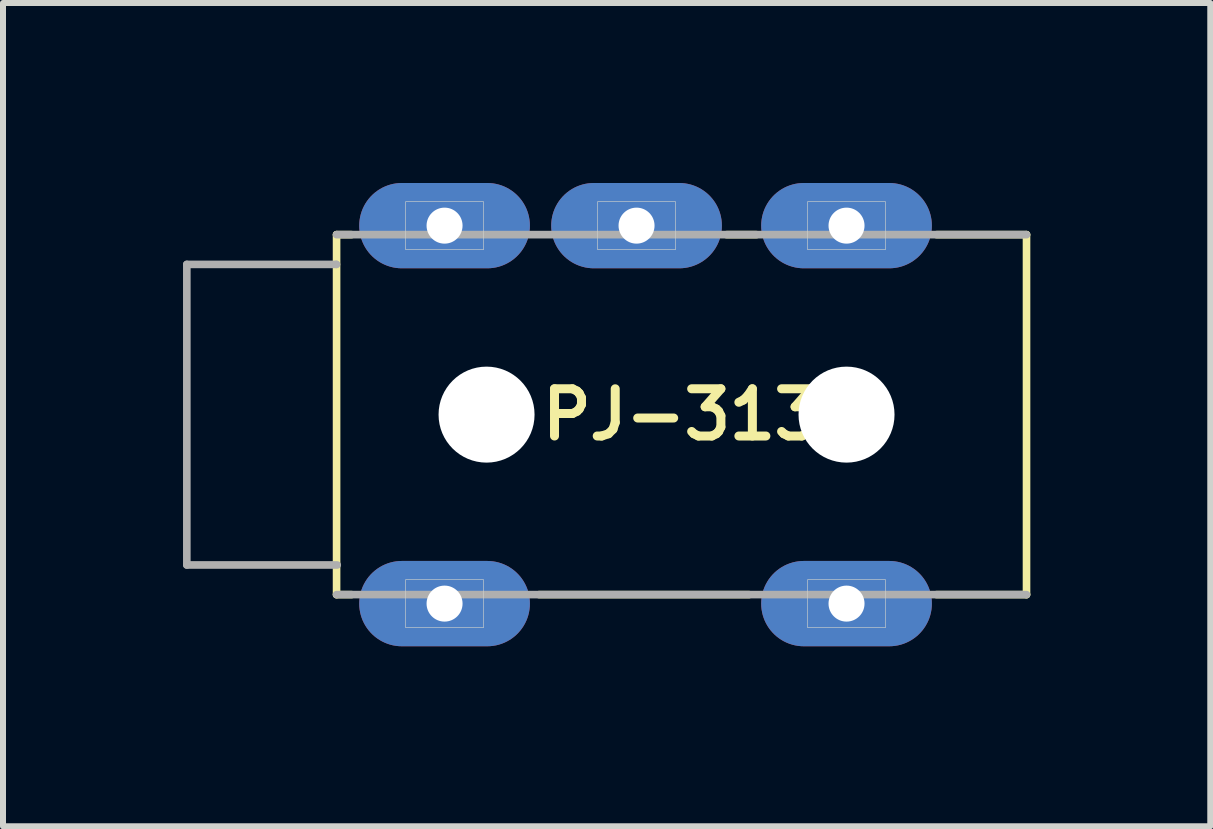
<source format=kicad_pcb>
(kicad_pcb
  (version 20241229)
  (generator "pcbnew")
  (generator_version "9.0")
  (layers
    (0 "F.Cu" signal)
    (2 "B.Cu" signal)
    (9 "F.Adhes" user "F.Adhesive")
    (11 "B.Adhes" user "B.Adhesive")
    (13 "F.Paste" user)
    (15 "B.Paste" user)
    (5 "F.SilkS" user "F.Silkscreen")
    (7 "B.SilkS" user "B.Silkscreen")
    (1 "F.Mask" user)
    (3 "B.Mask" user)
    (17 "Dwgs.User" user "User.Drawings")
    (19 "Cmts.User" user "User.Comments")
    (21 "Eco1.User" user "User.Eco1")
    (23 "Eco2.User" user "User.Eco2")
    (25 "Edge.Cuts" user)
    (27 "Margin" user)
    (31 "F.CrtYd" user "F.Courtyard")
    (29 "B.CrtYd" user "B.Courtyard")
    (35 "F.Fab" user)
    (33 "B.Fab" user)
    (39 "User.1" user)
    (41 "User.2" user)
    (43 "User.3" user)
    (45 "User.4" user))
  (footprint "PJ-313"
    (layer "F.Cu")
    (at 8.31 3.861)
    (property "Reference" "PJ-313" (at 0 0 0) (layer "F.SilkS") (effects (font (size 0.787 0.787) (thickness 0.15))))
    (attr through_hole)
    (fp_line (start -5.75 -3) (end -5.75 3) (stroke (width 0.127) (type solid)) (layer "F.SilkS"))
    (fp_line (start -5.75 -3) (end -5.5 -3) (stroke (width 0.127) (type solid)) (layer "F.SilkS"))
    (fp_line (start -5.75 3) (end -5.5 3) (stroke (width 0.127) (type solid)) (layer "F.SilkS"))
    (fp_line (start 0.75 -3) (end 1.25 -3) (stroke (width 0.127) (type solid)) (layer "F.SilkS"))
    (fp_line (start 1.125 3) (end -2.375 3) (stroke (width 0.127) (type solid)) (layer "F.SilkS"))
    (fp_line (start 5.75 -3) (end 4.25 -3) (stroke (width 0.127) (type solid)) (layer "F.SilkS"))
    (fp_line (start 5.75 3) (end 4.25 3) (stroke (width 0.127) (type solid)) (layer "F.SilkS"))
    (fp_line (start 5.75 3) (end 5.75 -3) (stroke (width 0.127) (type solid)) (layer "F.SilkS"))
    (fp_poly (pts (xy -4.6 -3.55) (xy -3.3 -3.55) (xy -3.3 -2.75) (xy -4.6 -2.75)) (stroke (width 0.01) (type solid)) (fill no) (layer "Edge.Cuts"))
    (fp_poly (pts (xy -4.6 2.75) (xy -3.3 2.75) (xy -3.3 3.55) (xy -4.6 3.55)) (stroke (width 0.01) (type solid)) (fill no) (layer "Edge.Cuts"))
    (fp_poly (pts (xy -1.4 -3.55) (xy -0.1 -3.55) (xy -0.1 -2.75) (xy -1.4 -2.75)) (stroke (width 0.01) (type solid)) (fill no) (layer "Edge.Cuts"))
    (fp_poly (pts (xy 2.1 -3.55) (xy 3.4 -3.55) (xy 3.4 -2.75) (xy 2.1 -2.75)) (stroke (width 0.01) (type solid)) (fill no) (layer "Edge.Cuts"))
    (fp_poly (pts (xy 2.1 2.75) (xy 3.4 2.75) (xy 3.4 3.55) (xy 2.1 3.55)) (stroke (width 0.01) (type solid)) (fill no) (layer "Edge.Cuts"))
    (fp_line (start -8.246 -2.504) (end -5.753 -2.504) (stroke (width 0.127) (type solid)) (layer "F.Fab"))
    (fp_line (start -8.246 2.506) (end -8.246 -2.504) (stroke (width 0.127) (type solid)) (layer "F.Fab"))
    (fp_line (start -5.753 -2.504) (end -5.753 -2.504) (stroke (width 0.127) (type solid)) (layer "F.Fab"))
    (fp_line (start -5.75 3) (end 5.75 3) (stroke (width 0.127) (type solid)) (layer "F.Fab"))
    (fp_line (start -5.739 2.506) (end -8.246 2.506) (stroke (width 0.127) (type solid)) (layer "F.Fab"))
    (fp_line (start 5.75 -3) (end -5.75 -3) (stroke (width 0.127) (type solid)) (layer "F.Fab"))
    (pad "" np_thru_hole circle (at -3.25 0) (size 1.6 1.6) (drill 1.6) (layers "*.Cu" "*.Mask"))
    (pad "" np_thru_hole circle (at 2.75 0) (size 1.6 1.6) (drill 1.6) (layers "*.Cu" "*.Mask"))
    (pad "2_1" thru_hole oval (at -3.95 -3.15) (size 2.845 1.422) (drill 0.6) (layers "*.Cu" "*.Mask"))
    (pad "2_2" thru_hole oval (at -3.95 3.15) (size 2.845 1.422) (drill 0.6) (layers "*.Cu" "*.Mask"))
    (pad "3" thru_hole oval (at -0.75 -3.15) (size 2.845 1.422) (drill 0.6) (layers "*.Cu" "*.Mask"))
    (pad "4_1" thru_hole oval (at 2.75 -3.15) (size 2.845 1.422) (drill 0.6) (layers "*.Cu" "*.Mask"))
    (pad "4_2" thru_hole oval (at 2.75 3.15) (size 2.845 1.422) (drill 0.6) (layers "*.Cu" "*.Mask")))
  (gr_rect
    (start -3 -3)
    (end 17.123 10.722)
    (stroke (width 0.1) (type default))
    (fill no)
    (layer "Edge.Cuts")))
</source>
